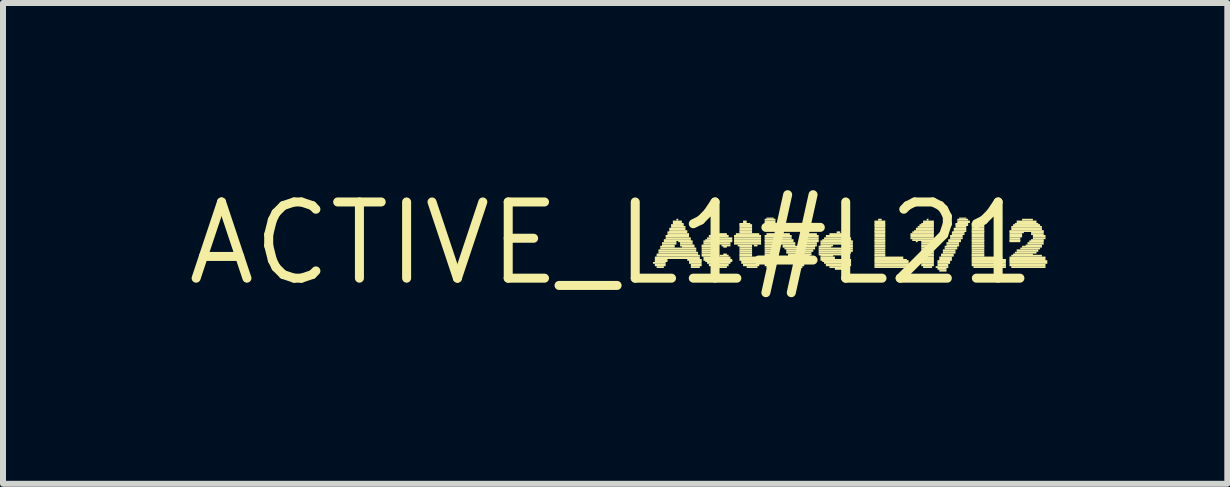
<source format=kicad_pcb>
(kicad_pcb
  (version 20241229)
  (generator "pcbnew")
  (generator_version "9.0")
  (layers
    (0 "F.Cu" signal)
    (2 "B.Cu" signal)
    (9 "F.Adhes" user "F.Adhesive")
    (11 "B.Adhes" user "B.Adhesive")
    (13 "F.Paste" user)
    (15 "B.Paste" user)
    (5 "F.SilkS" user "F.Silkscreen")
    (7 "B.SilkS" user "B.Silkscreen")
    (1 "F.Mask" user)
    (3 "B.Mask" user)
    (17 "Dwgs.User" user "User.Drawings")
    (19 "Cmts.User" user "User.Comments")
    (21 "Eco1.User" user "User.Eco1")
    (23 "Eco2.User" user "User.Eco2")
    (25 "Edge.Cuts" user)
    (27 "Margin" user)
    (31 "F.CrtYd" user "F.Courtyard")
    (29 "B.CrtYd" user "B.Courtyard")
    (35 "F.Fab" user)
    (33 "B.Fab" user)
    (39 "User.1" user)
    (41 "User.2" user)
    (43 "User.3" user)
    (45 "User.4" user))
  (footprint "ACTIVE_L1#L21"
    (layer "F.Cu")
    (at 7.143 1.006)
    (property "Reference" "ACTIVE_L1#L21" (at 0 0 0) (layer "F.SilkS") (effects (font (size 1.27 1.27) (thickness 0.15))))
    (attr through_hole)
    (fp_poly (pts (xy 0.69 0.34) (xy 0.9 0.34) (xy 0.9 0.31) (xy 0.69 0.31)) (stroke (width 0) (type solid)) (fill yes) (layer "F.SilkS"))
    (fp_poly (pts (xy 0.72 0.26) (xy 1.47 0.26) (xy 1.47 0.22) (xy 0.72 0.22)) (stroke (width 0) (type solid)) (fill yes) (layer "F.SilkS"))
    (fp_poly (pts (xy 0.72 0.29) (xy 0.93 0.29) (xy 0.93 0.26) (xy 0.72 0.26)) (stroke (width 0) (type solid)) (fill yes) (layer "F.SilkS"))
    (fp_poly (pts (xy 0.72 0.31) (xy 0.93 0.31) (xy 0.93 0.28) (xy 0.72 0.28)) (stroke (width 0) (type solid)) (fill yes) (layer "F.SilkS"))
    (fp_poly (pts (xy 0.72 0.38) (xy 0.9 0.38) (xy 0.9 0.34) (xy 0.72 0.34)) (stroke (width 0) (type solid)) (fill yes) (layer "F.SilkS"))
    (fp_poly (pts (xy 0.75 0.2) (xy 1.44 0.2) (xy 1.44 0.17) (xy 0.75 0.17)) (stroke (width 0) (type solid)) (fill yes) (layer "F.SilkS"))
    (fp_poly (pts (xy 0.75 0.22) (xy 1.47 0.22) (xy 1.47 0.19) (xy 0.75 0.19)) (stroke (width 0) (type solid)) (fill yes) (layer "F.SilkS"))
    (fp_poly (pts (xy 0.75 0.41) (xy 0.87 0.41) (xy 0.87 0.38) (xy 0.75 0.38)) (stroke (width 0) (type solid)) (fill yes) (layer "F.SilkS"))
    (fp_poly (pts (xy 0.78 0.14) (xy 1.41 0.14) (xy 1.41 0.1) (xy 0.78 0.1)) (stroke (width 0) (type solid)) (fill yes) (layer "F.SilkS"))
    (fp_poly (pts (xy 0.78 0.17) (xy 1.44 0.17) (xy 1.44 0.14) (xy 0.78 0.14)) (stroke (width 0) (type solid)) (fill yes) (layer "F.SilkS"))
    (fp_poly (pts (xy 0.81 0.07) (xy 1.05 0.07) (xy 1.05 0.04) (xy 0.81 0.04)) (stroke (width 0) (type solid)) (fill yes) (layer "F.SilkS"))
    (fp_poly (pts (xy 0.81 0.1) (xy 1.41 0.1) (xy 1.41 0.07) (xy 0.81 0.07)) (stroke (width 0) (type solid)) (fill yes) (layer "F.SilkS"))
    (fp_poly (pts (xy 0.84 0.02) (xy 1.08 0.02) (xy 1.08 -0.02) (xy 0.84 -0.02)) (stroke (width 0) (type solid)) (fill yes) (layer "F.SilkS"))
    (fp_poly (pts (xy 0.84 0.05) (xy 1.05 0.05) (xy 1.05 0.02) (xy 0.84 0.02)) (stroke (width 0) (type solid)) (fill yes) (layer "F.SilkS"))
    (fp_poly (pts (xy 0.87 -0.04) (xy 1.32 -0.04) (xy 1.32 -0.07) (xy 0.87 -0.07)) (stroke (width 0) (type solid)) (fill yes) (layer "F.SilkS"))
    (fp_poly (pts (xy 0.87 -0.02) (xy 1.08 -0.02) (xy 1.08 -0.05) (xy 0.87 -0.05)) (stroke (width 0) (type solid)) (fill yes) (layer "F.SilkS"))
    (fp_poly (pts (xy 0.9 -0.1) (xy 1.29 -0.1) (xy 1.29 -0.14) (xy 0.9 -0.14)) (stroke (width 0) (type solid)) (fill yes) (layer "F.SilkS"))
    (fp_poly (pts (xy 0.9 -0.07) (xy 1.32 -0.07) (xy 1.32 -0.1) (xy 0.9 -0.1)) (stroke (width 0) (type solid)) (fill yes) (layer "F.SilkS"))
    (fp_poly (pts (xy 0.93 -0.17) (xy 1.26 -0.17) (xy 1.26 -0.2) (xy 0.93 -0.2)) (stroke (width 0) (type solid)) (fill yes) (layer "F.SilkS"))
    (fp_poly (pts (xy 0.93 -0.14) (xy 1.29 -0.14) (xy 1.29 -0.17) (xy 0.93 -0.17)) (stroke (width 0) (type solid)) (fill yes) (layer "F.SilkS"))
    (fp_poly (pts (xy 0.96 -0.22) (xy 1.23 -0.22) (xy 1.23 -0.26) (xy 0.96 -0.26)) (stroke (width 0) (type solid)) (fill yes) (layer "F.SilkS"))
    (fp_poly (pts (xy 0.96 -0.19) (xy 1.26 -0.19) (xy 1.26 -0.22) (xy 0.96 -0.22)) (stroke (width 0) (type solid)) (fill yes) (layer "F.SilkS"))
    (fp_poly (pts (xy 0.99 -0.29) (xy 1.2 -0.29) (xy 1.2 -0.32) (xy 0.99 -0.32)) (stroke (width 0) (type solid)) (fill yes) (layer "F.SilkS"))
    (fp_poly (pts (xy 0.99 -0.26) (xy 1.23 -0.26) (xy 1.23 -0.29) (xy 0.99 -0.29)) (stroke (width 0) (type solid)) (fill yes) (layer "F.SilkS"))
    (fp_poly (pts (xy 1.02 -0.34) (xy 1.17 -0.34) (xy 1.17 -0.38) (xy 1.02 -0.38)) (stroke (width 0) (type solid)) (fill yes) (layer "F.SilkS"))
    (fp_poly (pts (xy 1.02 -0.31) (xy 1.2 -0.31) (xy 1.2 -0.34) (xy 1.02 -0.34)) (stroke (width 0) (type solid)) (fill yes) (layer "F.SilkS"))
    (fp_poly (pts (xy 1.08 -0.38) (xy 1.11 -0.38) (xy 1.11 -0.41) (xy 1.08 -0.41)) (stroke (width 0) (type solid)) (fill yes) (layer "F.SilkS"))
    (fp_poly (pts (xy 1.11 -0.02) (xy 1.35 -0.02) (xy 1.35 -0.05) (xy 1.11 -0.05)) (stroke (width 0) (type solid)) (fill yes) (layer "F.SilkS"))
    (fp_poly (pts (xy 1.14 0.02) (xy 1.35 0.02) (xy 1.35 -0.02) (xy 1.14 -0.02)) (stroke (width 0) (type solid)) (fill yes) (layer "F.SilkS"))
    (fp_poly (pts (xy 1.14 0.05) (xy 1.38 0.05) (xy 1.38 0.02) (xy 1.14 0.02)) (stroke (width 0) (type solid)) (fill yes) (layer "F.SilkS"))
    (fp_poly (pts (xy 1.17 0.07) (xy 1.38 0.07) (xy 1.38 0.04) (xy 1.17 0.04)) (stroke (width 0) (type solid)) (fill yes) (layer "F.SilkS"))
    (fp_poly (pts (xy 1.26 0.29) (xy 1.5 0.29) (xy 1.5 0.26) (xy 1.26 0.26)) (stroke (width 0) (type solid)) (fill yes) (layer "F.SilkS"))
    (fp_poly (pts (xy 1.29 0.31) (xy 1.5 0.31) (xy 1.5 0.28) (xy 1.29 0.28)) (stroke (width 0) (type solid)) (fill yes) (layer "F.SilkS"))
    (fp_poly (pts (xy 1.29 0.34) (xy 1.5 0.34) (xy 1.5 0.31) (xy 1.29 0.31)) (stroke (width 0) (type solid)) (fill yes) (layer "F.SilkS"))
    (fp_poly (pts (xy 1.32 0.38) (xy 1.5 0.38) (xy 1.5 0.34) (xy 1.32 0.34)) (stroke (width 0) (type solid)) (fill yes) (layer "F.SilkS"))
    (fp_poly (pts (xy 1.32 0.41) (xy 1.47 0.41) (xy 1.47 0.38) (xy 1.32 0.38)) (stroke (width 0) (type solid)) (fill yes) (layer "F.SilkS"))
    (fp_poly (pts (xy 1.5 0.05) (xy 1.77 0.05) (xy 1.77 0.02) (xy 1.5 0.02)) (stroke (width 0) (type solid)) (fill yes) (layer "F.SilkS"))
    (fp_poly (pts (xy 1.5 0.07) (xy 1.71 0.07) (xy 1.71 0.04) (xy 1.5 0.04)) (stroke (width 0) (type solid)) (fill yes) (layer "F.SilkS"))
    (fp_poly (pts (xy 1.5 0.1) (xy 1.71 0.1) (xy 1.71 0.07) (xy 1.5 0.07)) (stroke (width 0) (type solid)) (fill yes) (layer "F.SilkS"))
    (fp_poly (pts (xy 1.5 0.14) (xy 1.71 0.14) (xy 1.71 0.1) (xy 1.5 0.1)) (stroke (width 0) (type solid)) (fill yes) (layer "F.SilkS"))
    (fp_poly (pts (xy 1.5 0.17) (xy 1.71 0.17) (xy 1.71 0.14) (xy 1.5 0.14)) (stroke (width 0) (type solid)) (fill yes) (layer "F.SilkS"))
    (fp_poly (pts (xy 1.5 0.2) (xy 1.71 0.2) (xy 1.71 0.17) (xy 1.5 0.17)) (stroke (width 0) (type solid)) (fill yes) (layer "F.SilkS"))
    (fp_poly (pts (xy 1.5 0.22) (xy 1.77 0.22) (xy 1.77 0.19) (xy 1.5 0.19)) (stroke (width 0) (type solid)) (fill yes) (layer "F.SilkS"))
    (fp_poly (pts (xy 1.53 -0.02) (xy 2.01 -0.02) (xy 2.01 -0.05) (xy 1.53 -0.05)) (stroke (width 0) (type solid)) (fill yes) (layer "F.SilkS"))
    (fp_poly (pts (xy 1.53 0.02) (xy 1.98 0.02) (xy 1.98 -0.02) (xy 1.53 -0.02)) (stroke (width 0) (type solid)) (fill yes) (layer "F.SilkS"))
    (fp_poly (pts (xy 1.53 0.26) (xy 1.98 0.26) (xy 1.98 0.22) (xy 1.53 0.22)) (stroke (width 0) (type solid)) (fill yes) (layer "F.SilkS"))
    (fp_poly (pts (xy 1.53 0.29) (xy 2.01 0.29) (xy 2.01 0.26) (xy 1.53 0.26)) (stroke (width 0) (type solid)) (fill yes) (layer "F.SilkS"))
    (fp_poly (pts (xy 1.56 -0.04) (xy 2.01 -0.04) (xy 2.01 -0.07) (xy 1.56 -0.07)) (stroke (width 0) (type solid)) (fill yes) (layer "F.SilkS"))
    (fp_poly (pts (xy 1.56 0.31) (xy 2.01 0.31) (xy 2.01 0.28) (xy 1.56 0.28)) (stroke (width 0) (type solid)) (fill yes) (layer "F.SilkS"))
    (fp_poly (pts (xy 1.59 -0.07) (xy 2.01 -0.07) (xy 2.01 -0.1) (xy 1.59 -0.1)) (stroke (width 0) (type solid)) (fill yes) (layer "F.SilkS"))
    (fp_poly (pts (xy 1.59 0.34) (xy 1.98 0.34) (xy 1.98 0.31) (xy 1.59 0.31)) (stroke (width 0) (type solid)) (fill yes) (layer "F.SilkS"))
    (fp_poly (pts (xy 1.62 -0.1) (xy 1.95 -0.1) (xy 1.95 -0.14) (xy 1.62 -0.14)) (stroke (width 0) (type solid)) (fill yes) (layer "F.SilkS"))
    (fp_poly (pts (xy 1.62 0.38) (xy 1.95 0.38) (xy 1.95 0.34) (xy 1.62 0.34)) (stroke (width 0) (type solid)) (fill yes) (layer "F.SilkS"))
    (fp_poly (pts (xy 1.68 -0.14) (xy 1.92 -0.14) (xy 1.92 -0.17) (xy 1.68 -0.17)) (stroke (width 0) (type solid)) (fill yes) (layer "F.SilkS"))
    (fp_poly (pts (xy 1.68 0.41) (xy 1.92 0.41) (xy 1.92 0.38) (xy 1.68 0.38)) (stroke (width 0) (type solid)) (fill yes) (layer "F.SilkS"))
    (fp_poly (pts (xy 1.8 0.22) (xy 1.95 0.22) (xy 1.95 0.19) (xy 1.8 0.19)) (stroke (width 0) (type solid)) (fill yes) (layer "F.SilkS"))
    (fp_poly (pts (xy 1.83 0.05) (xy 1.98 0.05) (xy 1.98 0.02) (xy 1.83 0.02)) (stroke (width 0) (type solid)) (fill yes) (layer "F.SilkS"))
    (fp_poly (pts (xy 1.86 0.07) (xy 1.92 0.07) (xy 1.92 0.04) (xy 1.86 0.04)) (stroke (width 0) (type solid)) (fill yes) (layer "F.SilkS"))
    (fp_poly (pts (xy 1.86 0.2) (xy 1.92 0.2) (xy 1.92 0.17) (xy 1.86 0.17)) (stroke (width 0) (type solid)) (fill yes) (layer "F.SilkS"))
    (fp_poly (pts (xy 2.04 -0.1) (xy 2.49 -0.1) (xy 2.49 -0.14) (xy 2.04 -0.14)) (stroke (width 0) (type solid)) (fill yes) (layer "F.SilkS"))
    (fp_poly (pts (xy 2.04 -0.07) (xy 2.49 -0.07) (xy 2.49 -0.1) (xy 2.04 -0.1)) (stroke (width 0) (type solid)) (fill yes) (layer "F.SilkS"))
    (fp_poly (pts (xy 2.04 -0.04) (xy 2.49 -0.04) (xy 2.49 -0.07) (xy 2.04 -0.07)) (stroke (width 0) (type solid)) (fill yes) (layer "F.SilkS"))
    (fp_poly (pts (xy 2.04 -0.02) (xy 2.49 -0.02) (xy 2.49 -0.05) (xy 2.04 -0.05)) (stroke (width 0) (type solid)) (fill yes) (layer "F.SilkS"))
    (fp_poly (pts (xy 2.04 0.02) (xy 2.49 0.02) (xy 2.49 -0.02) (xy 2.04 -0.02)) (stroke (width 0) (type solid)) (fill yes) (layer "F.SilkS"))
    (fp_poly (pts (xy 2.07 -0.14) (xy 2.46 -0.14) (xy 2.46 -0.17) (xy 2.07 -0.17)) (stroke (width 0) (type solid)) (fill yes) (layer "F.SilkS"))
    (fp_poly (pts (xy 2.1 0.05) (xy 2.34 0.05) (xy 2.34 0.02) (xy 2.1 0.02)) (stroke (width 0) (type solid)) (fill yes) (layer "F.SilkS"))
    (fp_poly (pts (xy 2.13 -0.31) (xy 2.31 -0.31) (xy 2.31 -0.34) (xy 2.13 -0.34)) (stroke (width 0) (type solid)) (fill yes) (layer "F.SilkS"))
    (fp_poly (pts (xy 2.13 -0.29) (xy 2.34 -0.29) (xy 2.34 -0.32) (xy 2.13 -0.32)) (stroke (width 0) (type solid)) (fill yes) (layer "F.SilkS"))
    (fp_poly (pts (xy 2.13 -0.26) (xy 2.34 -0.26) (xy 2.34 -0.29) (xy 2.13 -0.29)) (stroke (width 0) (type solid)) (fill yes) (layer "F.SilkS"))
    (fp_poly (pts (xy 2.13 -0.22) (xy 2.34 -0.22) (xy 2.34 -0.26) (xy 2.13 -0.26)) (stroke (width 0) (type solid)) (fill yes) (layer "F.SilkS"))
    (fp_poly (pts (xy 2.13 -0.19) (xy 2.34 -0.19) (xy 2.34 -0.22) (xy 2.13 -0.22)) (stroke (width 0) (type solid)) (fill yes) (layer "F.SilkS"))
    (fp_poly (pts (xy 2.13 -0.17) (xy 2.34 -0.17) (xy 2.34 -0.2) (xy 2.13 -0.2)) (stroke (width 0) (type solid)) (fill yes) (layer "F.SilkS"))
    (fp_poly (pts (xy 2.13 0.07) (xy 2.34 0.07) (xy 2.34 0.04) (xy 2.13 0.04)) (stroke (width 0) (type solid)) (fill yes) (layer "F.SilkS"))
    (fp_poly (pts (xy 2.13 0.1) (xy 2.34 0.1) (xy 2.34 0.07) (xy 2.13 0.07)) (stroke (width 0) (type solid)) (fill yes) (layer "F.SilkS"))
    (fp_poly (pts (xy 2.13 0.14) (xy 2.34 0.14) (xy 2.34 0.1) (xy 2.13 0.1)) (stroke (width 0) (type solid)) (fill yes) (layer "F.SilkS"))
    (fp_poly (pts (xy 2.13 0.17) (xy 2.34 0.17) (xy 2.34 0.14) (xy 2.13 0.14)) (stroke (width 0) (type solid)) (fill yes) (layer "F.SilkS"))
    (fp_poly (pts (xy 2.13 0.2) (xy 2.34 0.2) (xy 2.34 0.17) (xy 2.13 0.17)) (stroke (width 0) (type solid)) (fill yes) (layer "F.SilkS"))
    (fp_poly (pts (xy 2.13 0.22) (xy 2.34 0.22) (xy 2.34 0.19) (xy 2.13 0.19)) (stroke (width 0) (type solid)) (fill yes) (layer "F.SilkS"))
    (fp_poly (pts (xy 2.13 0.26) (xy 2.43 0.26) (xy 2.43 0.22) (xy 2.13 0.22)) (stroke (width 0) (type solid)) (fill yes) (layer "F.SilkS"))
    (fp_poly (pts (xy 2.13 0.29) (xy 2.46 0.29) (xy 2.46 0.26) (xy 2.13 0.26)) (stroke (width 0) (type solid)) (fill yes) (layer "F.SilkS"))
    (fp_poly (pts (xy 2.16 0.31) (xy 2.46 0.31) (xy 2.46 0.28) (xy 2.16 0.28)) (stroke (width 0) (type solid)) (fill yes) (layer "F.SilkS"))
    (fp_poly (pts (xy 2.16 0.34) (xy 2.46 0.34) (xy 2.46 0.31) (xy 2.16 0.31)) (stroke (width 0) (type solid)) (fill yes) (layer "F.SilkS"))
    (fp_poly (pts (xy 2.19 -0.34) (xy 2.25 -0.34) (xy 2.25 -0.38) (xy 2.19 -0.38)) (stroke (width 0) (type solid)) (fill yes) (layer "F.SilkS"))
    (fp_poly (pts (xy 2.19 0.38) (xy 2.46 0.38) (xy 2.46 0.34) (xy 2.19 0.34)) (stroke (width 0) (type solid)) (fill yes) (layer "F.SilkS"))
    (fp_poly (pts (xy 2.25 0.41) (xy 2.43 0.41) (xy 2.43 0.38) (xy 2.25 0.38)) (stroke (width 0) (type solid)) (fill yes) (layer "F.SilkS"))
    (fp_poly (pts (xy 2.37 0.05) (xy 2.43 0.05) (xy 2.43 0.02) (xy 2.37 0.02)) (stroke (width 0) (type solid)) (fill yes) (layer "F.SilkS"))
    (fp_poly (pts (xy 2.55 -0.38) (xy 2.73 -0.38) (xy 2.73 -0.41) (xy 2.55 -0.41)) (stroke (width 0) (type solid)) (fill yes) (layer "F.SilkS"))
    (fp_poly (pts (xy 2.55 -0.34) (xy 2.73 -0.34) (xy 2.73 -0.38) (xy 2.55 -0.38)) (stroke (width 0) (type solid)) (fill yes) (layer "F.SilkS"))
    (fp_poly (pts (xy 2.55 -0.31) (xy 2.73 -0.31) (xy 2.73 -0.34) (xy 2.55 -0.34)) (stroke (width 0) (type solid)) (fill yes) (layer "F.SilkS"))
    (fp_poly (pts (xy 2.55 -0.29) (xy 2.73 -0.29) (xy 2.73 -0.32) (xy 2.55 -0.32)) (stroke (width 0) (type solid)) (fill yes) (layer "F.SilkS"))
    (fp_poly (pts (xy 2.55 -0.26) (xy 2.73 -0.26) (xy 2.73 -0.29) (xy 2.55 -0.29)) (stroke (width 0) (type solid)) (fill yes) (layer "F.SilkS"))
    (fp_poly (pts (xy 2.55 -0.1) (xy 2.73 -0.1) (xy 2.73 -0.14) (xy 2.55 -0.14)) (stroke (width 0) (type solid)) (fill yes) (layer "F.SilkS"))
    (fp_poly (pts (xy 2.55 -0.07) (xy 2.73 -0.07) (xy 2.73 -0.1) (xy 2.55 -0.1)) (stroke (width 0) (type solid)) (fill yes) (layer "F.SilkS"))
    (fp_poly (pts (xy 2.55 -0.04) (xy 2.73 -0.04) (xy 2.73 -0.07) (xy 2.55 -0.07)) (stroke (width 0) (type solid)) (fill yes) (layer "F.SilkS"))
    (fp_poly (pts (xy 2.55 -0.02) (xy 2.73 -0.02) (xy 2.73 -0.05) (xy 2.55 -0.05)) (stroke (width 0) (type solid)) (fill yes) (layer "F.SilkS"))
    (fp_poly (pts (xy 2.55 0.02) (xy 2.73 0.02) (xy 2.73 -0.02) (xy 2.55 -0.02)) (stroke (width 0) (type solid)) (fill yes) (layer "F.SilkS"))
    (fp_poly (pts (xy 2.55 0.05) (xy 2.73 0.05) (xy 2.73 0.02) (xy 2.55 0.02)) (stroke (width 0) (type solid)) (fill yes) (layer "F.SilkS"))
    (fp_poly (pts (xy 2.55 0.07) (xy 2.73 0.07) (xy 2.73 0.04) (xy 2.55 0.04)) (stroke (width 0) (type solid)) (fill yes) (layer "F.SilkS"))
    (fp_poly (pts (xy 2.55 0.1) (xy 2.73 0.1) (xy 2.73 0.07) (xy 2.55 0.07)) (stroke (width 0) (type solid)) (fill yes) (layer "F.SilkS"))
    (fp_poly (pts (xy 2.55 0.14) (xy 2.73 0.14) (xy 2.73 0.1) (xy 2.55 0.1)) (stroke (width 0) (type solid)) (fill yes) (layer "F.SilkS"))
    (fp_poly (pts (xy 2.55 0.17) (xy 2.73 0.17) (xy 2.73 0.14) (xy 2.55 0.14)) (stroke (width 0) (type solid)) (fill yes) (layer "F.SilkS"))
    (fp_poly (pts (xy 2.55 0.2) (xy 2.73 0.2) (xy 2.73 0.17) (xy 2.55 0.17)) (stroke (width 0) (type solid)) (fill yes) (layer "F.SilkS"))
    (fp_poly (pts (xy 2.55 0.22) (xy 2.73 0.22) (xy 2.73 0.19) (xy 2.55 0.19)) (stroke (width 0) (type solid)) (fill yes) (layer "F.SilkS"))
    (fp_poly (pts (xy 2.55 0.26) (xy 2.73 0.26) (xy 2.73 0.22) (xy 2.55 0.22)) (stroke (width 0) (type solid)) (fill yes) (layer "F.SilkS"))
    (fp_poly (pts (xy 2.55 0.29) (xy 2.73 0.29) (xy 2.73 0.26) (xy 2.55 0.26)) (stroke (width 0) (type solid)) (fill yes) (layer "F.SilkS"))
    (fp_poly (pts (xy 2.55 0.31) (xy 2.73 0.31) (xy 2.73 0.28) (xy 2.55 0.28)) (stroke (width 0) (type solid)) (fill yes) (layer "F.SilkS"))
    (fp_poly (pts (xy 2.55 0.34) (xy 2.73 0.34) (xy 2.73 0.31) (xy 2.55 0.31)) (stroke (width 0) (type solid)) (fill yes) (layer "F.SilkS"))
    (fp_poly (pts (xy 2.55 0.38) (xy 2.73 0.38) (xy 2.73 0.34) (xy 2.55 0.34)) (stroke (width 0) (type solid)) (fill yes) (layer "F.SilkS"))
    (fp_poly (pts (xy 2.58 -0.41) (xy 2.7 -0.41) (xy 2.7 -0.43) (xy 2.58 -0.43)) (stroke (width 0) (type solid)) (fill yes) (layer "F.SilkS"))
    (fp_poly (pts (xy 2.58 -0.14) (xy 2.73 -0.14) (xy 2.73 -0.17) (xy 2.58 -0.17)) (stroke (width 0) (type solid)) (fill yes) (layer "F.SilkS"))
    (fp_poly (pts (xy 2.58 0.41) (xy 2.73 0.41) (xy 2.73 0.38) (xy 2.58 0.38)) (stroke (width 0) (type solid)) (fill yes) (layer "F.SilkS"))
    (fp_poly (pts (xy 2.61 -0.22) (xy 2.67 -0.22) (xy 2.67 -0.26) (xy 2.61 -0.26)) (stroke (width 0) (type solid)) (fill yes) (layer "F.SilkS"))
    (fp_poly (pts (xy 2.79 -0.07) (xy 3 -0.07) (xy 3 -0.1) (xy 2.79 -0.1)) (stroke (width 0) (type solid)) (fill yes) (layer "F.SilkS"))
    (fp_poly (pts (xy 2.79 -0.04) (xy 3.03 -0.04) (xy 3.03 -0.07) (xy 2.79 -0.07)) (stroke (width 0) (type solid)) (fill yes) (layer "F.SilkS"))
    (fp_poly (pts (xy 2.82 -0.1) (xy 3 -0.1) (xy 3 -0.14) (xy 2.82 -0.14)) (stroke (width 0) (type solid)) (fill yes) (layer "F.SilkS"))
    (fp_poly (pts (xy 2.82 -0.02) (xy 3.03 -0.02) (xy 3.03 -0.05) (xy 2.82 -0.05)) (stroke (width 0) (type solid)) (fill yes) (layer "F.SilkS"))
    (fp_poly (pts (xy 2.82 0.02) (xy 3.06 0.02) (xy 3.06 -0.02) (xy 2.82 -0.02)) (stroke (width 0) (type solid)) (fill yes) (layer "F.SilkS"))
    (fp_poly (pts (xy 2.85 -0.14) (xy 2.97 -0.14) (xy 2.97 -0.17) (xy 2.85 -0.17)) (stroke (width 0) (type solid)) (fill yes) (layer "F.SilkS"))
    (fp_poly (pts (xy 2.85 0.05) (xy 3.06 0.05) (xy 3.06 0.02) (xy 2.85 0.02)) (stroke (width 0) (type solid)) (fill yes) (layer "F.SilkS"))
    (fp_poly (pts (xy 2.85 0.07) (xy 3.09 0.07) (xy 3.09 0.04) (xy 2.85 0.04)) (stroke (width 0) (type solid)) (fill yes) (layer "F.SilkS"))
    (fp_poly (pts (xy 2.88 0.1) (xy 3.09 0.1) (xy 3.09 0.07) (xy 2.88 0.07)) (stroke (width 0) (type solid)) (fill yes) (layer "F.SilkS"))
    (fp_poly (pts (xy 2.91 0.14) (xy 3.12 0.14) (xy 3.12 0.1) (xy 2.91 0.1)) (stroke (width 0) (type solid)) (fill yes) (layer "F.SilkS"))
    (fp_poly (pts (xy 2.91 0.17) (xy 3.33 0.17) (xy 3.33 0.14) (xy 2.91 0.14)) (stroke (width 0) (type solid)) (fill yes) (layer "F.SilkS"))
    (fp_poly (pts (xy 2.94 0.2) (xy 3.33 0.2) (xy 3.33 0.17) (xy 2.94 0.17)) (stroke (width 0) (type solid)) (fill yes) (layer "F.SilkS"))
    (fp_poly (pts (xy 2.94 0.22) (xy 3.3 0.22) (xy 3.3 0.19) (xy 2.94 0.19)) (stroke (width 0) (type solid)) (fill yes) (layer "F.SilkS"))
    (fp_poly (pts (xy 2.97 0.26) (xy 3.3 0.26) (xy 3.3 0.22) (xy 2.97 0.22)) (stroke (width 0) (type solid)) (fill yes) (layer "F.SilkS"))
    (fp_poly (pts (xy 3 0.29) (xy 3.27 0.29) (xy 3.27 0.26) (xy 3 0.26)) (stroke (width 0) (type solid)) (fill yes) (layer "F.SilkS"))
    (fp_poly (pts (xy 3 0.31) (xy 3.27 0.31) (xy 3.27 0.28) (xy 3 0.28)) (stroke (width 0) (type solid)) (fill yes) (layer "F.SilkS"))
    (fp_poly (pts (xy 3.03 0.34) (xy 3.24 0.34) (xy 3.24 0.31) (xy 3.03 0.31)) (stroke (width 0) (type solid)) (fill yes) (layer "F.SilkS"))
    (fp_poly (pts (xy 3.03 0.38) (xy 3.21 0.38) (xy 3.21 0.34) (xy 3.03 0.34)) (stroke (width 0) (type solid)) (fill yes) (layer "F.SilkS"))
    (fp_poly (pts (xy 3.06 0.41) (xy 3.18 0.41) (xy 3.18 0.38) (xy 3.06 0.38)) (stroke (width 0) (type solid)) (fill yes) (layer "F.SilkS"))
    (fp_poly (pts (xy 3.15 0.1) (xy 3.39 0.1) (xy 3.39 0.07) (xy 3.15 0.07)) (stroke (width 0) (type solid)) (fill yes) (layer "F.SilkS"))
    (fp_poly (pts (xy 3.15 0.14) (xy 3.36 0.14) (xy 3.36 0.1) (xy 3.15 0.1)) (stroke (width 0) (type solid)) (fill yes) (layer "F.SilkS"))
    (fp_poly (pts (xy 3.18 0.05) (xy 3.42 0.05) (xy 3.42 0.02) (xy 3.18 0.02)) (stroke (width 0) (type solid)) (fill yes) (layer "F.SilkS"))
    (fp_poly (pts (xy 3.18 0.07) (xy 3.39 0.07) (xy 3.39 0.04) (xy 3.18 0.04)) (stroke (width 0) (type solid)) (fill yes) (layer "F.SilkS"))
    (fp_poly (pts (xy 3.21 -0.02) (xy 3.45 -0.02) (xy 3.45 -0.05) (xy 3.21 -0.05)) (stroke (width 0) (type solid)) (fill yes) (layer "F.SilkS"))
    (fp_poly (pts (xy 3.21 0.02) (xy 3.42 0.02) (xy 3.42 -0.02) (xy 3.21 -0.02)) (stroke (width 0) (type solid)) (fill yes) (layer "F.SilkS"))
    (fp_poly (pts (xy 3.24 -0.07) (xy 3.45 -0.07) (xy 3.45 -0.1) (xy 3.24 -0.1)) (stroke (width 0) (type solid)) (fill yes) (layer "F.SilkS"))
    (fp_poly (pts (xy 3.24 -0.04) (xy 3.45 -0.04) (xy 3.45 -0.07) (xy 3.24 -0.07)) (stroke (width 0) (type solid)) (fill yes) (layer "F.SilkS"))
    (fp_poly (pts (xy 3.27 -0.14) (xy 3.42 -0.14) (xy 3.42 -0.17) (xy 3.27 -0.17)) (stroke (width 0) (type solid)) (fill yes) (layer "F.SilkS"))
    (fp_poly (pts (xy 3.27 -0.1) (xy 3.45 -0.1) (xy 3.45 -0.14) (xy 3.27 -0.14)) (stroke (width 0) (type solid)) (fill yes) (layer "F.SilkS"))
    (fp_poly (pts (xy 3.45 0.07) (xy 3.66 0.07) (xy 3.66 0.04) (xy 3.45 0.04)) (stroke (width 0) (type solid)) (fill yes) (layer "F.SilkS"))
    (fp_poly (pts (xy 3.45 0.1) (xy 4.02 0.1) (xy 4.02 0.07) (xy 3.45 0.07)) (stroke (width 0) (type solid)) (fill yes) (layer "F.SilkS"))
    (fp_poly (pts (xy 3.45 0.14) (xy 4.02 0.14) (xy 4.02 0.1) (xy 3.45 0.1)) (stroke (width 0) (type solid)) (fill yes) (layer "F.SilkS"))
    (fp_poly (pts (xy 3.45 0.17) (xy 3.99 0.17) (xy 3.99 0.14) (xy 3.45 0.14)) (stroke (width 0) (type solid)) (fill yes) (layer "F.SilkS"))
    (fp_poly (pts (xy 3.45 0.2) (xy 3.96 0.2) (xy 3.96 0.17) (xy 3.45 0.17)) (stroke (width 0) (type solid)) (fill yes) (layer "F.SilkS"))
    (fp_poly (pts (xy 3.48 -0.02) (xy 4.02 -0.02) (xy 4.02 -0.05) (xy 3.48 -0.05)) (stroke (width 0) (type solid)) (fill yes) (layer "F.SilkS"))
    (fp_poly (pts (xy 3.48 0.02) (xy 4.02 0.02) (xy 4.02 -0.02) (xy 3.48 -0.02)) (stroke (width 0) (type solid)) (fill yes) (layer "F.SilkS"))
    (fp_poly (pts (xy 3.48 0.05) (xy 3.69 0.05) (xy 3.69 0.02) (xy 3.48 0.02)) (stroke (width 0) (type solid)) (fill yes) (layer "F.SilkS"))
    (fp_poly (pts (xy 3.48 0.22) (xy 3.69 0.22) (xy 3.69 0.19) (xy 3.48 0.19)) (stroke (width 0) (type solid)) (fill yes) (layer "F.SilkS"))
    (fp_poly (pts (xy 3.48 0.26) (xy 3.72 0.26) (xy 3.72 0.22) (xy 3.48 0.22)) (stroke (width 0) (type solid)) (fill yes) (layer "F.SilkS"))
    (fp_poly (pts (xy 3.48 0.29) (xy 3.99 0.29) (xy 3.99 0.26) (xy 3.48 0.26)) (stroke (width 0) (type solid)) (fill yes) (layer "F.SilkS"))
    (fp_poly (pts (xy 3.51 -0.04) (xy 3.99 -0.04) (xy 3.99 -0.07) (xy 3.51 -0.07)) (stroke (width 0) (type solid)) (fill yes) (layer "F.SilkS"))
    (fp_poly (pts (xy 3.51 0.31) (xy 3.99 0.31) (xy 3.99 0.28) (xy 3.51 0.28)) (stroke (width 0) (type solid)) (fill yes) (layer "F.SilkS"))
    (fp_poly (pts (xy 3.54 -0.07) (xy 3.99 -0.07) (xy 3.99 -0.1) (xy 3.54 -0.1)) (stroke (width 0) (type solid)) (fill yes) (layer "F.SilkS"))
    (fp_poly (pts (xy 3.54 0.34) (xy 3.99 0.34) (xy 3.99 0.31) (xy 3.54 0.31)) (stroke (width 0) (type solid)) (fill yes) (layer "F.SilkS"))
    (fp_poly (pts (xy 3.57 -0.1) (xy 3.96 -0.1) (xy 3.96 -0.14) (xy 3.57 -0.14)) (stroke (width 0) (type solid)) (fill yes) (layer "F.SilkS"))
    (fp_poly (pts (xy 3.57 0.38) (xy 3.99 0.38) (xy 3.99 0.34) (xy 3.57 0.34)) (stroke (width 0) (type solid)) (fill yes) (layer "F.SilkS"))
    (fp_poly (pts (xy 3.63 -0.14) (xy 3.9 -0.14) (xy 3.9 -0.17) (xy 3.63 -0.17)) (stroke (width 0) (type solid)) (fill yes) (layer "F.SilkS"))
    (fp_poly (pts (xy 3.63 0.41) (xy 3.96 0.41) (xy 3.96 0.38) (xy 3.63 0.38)) (stroke (width 0) (type solid)) (fill yes) (layer "F.SilkS"))
    (fp_poly (pts (xy 3.72 0.44) (xy 3.84 0.44) (xy 3.84 0.41) (xy 3.72 0.41)) (stroke (width 0) (type solid)) (fill yes) (layer "F.SilkS"))
    (fp_poly (pts (xy 3.75 -0.17) (xy 3.81 -0.17) (xy 3.81 -0.2) (xy 3.75 -0.2)) (stroke (width 0) (type solid)) (fill yes) (layer "F.SilkS"))
    (fp_poly (pts (xy 3.84 0.05) (xy 4.02 0.05) (xy 4.02 0.02) (xy 3.84 0.02)) (stroke (width 0) (type solid)) (fill yes) (layer "F.SilkS"))
    (fp_poly (pts (xy 3.84 0.07) (xy 4.02 0.07) (xy 4.02 0.04) (xy 3.84 0.04)) (stroke (width 0) (type solid)) (fill yes) (layer "F.SilkS"))
    (fp_poly (pts (xy 3.87 0.26) (xy 3.96 0.26) (xy 3.96 0.22) (xy 3.87 0.22)) (stroke (width 0) (type solid)) (fill yes) (layer "F.SilkS"))
    (fp_poly (pts (xy 4.38 -0.34) (xy 4.56 -0.34) (xy 4.56 -0.38) (xy 4.38 -0.38)) (stroke (width 0) (type solid)) (fill yes) (layer "F.SilkS"))
    (fp_poly (pts (xy 4.38 -0.31) (xy 4.56 -0.31) (xy 4.56 -0.34) (xy 4.38 -0.34)) (stroke (width 0) (type solid)) (fill yes) (layer "F.SilkS"))
    (fp_poly (pts (xy 4.38 -0.29) (xy 4.56 -0.29) (xy 4.56 -0.32) (xy 4.38 -0.32)) (stroke (width 0) (type solid)) (fill yes) (layer "F.SilkS"))
    (fp_poly (pts (xy 4.38 -0.26) (xy 4.56 -0.26) (xy 4.56 -0.29) (xy 4.38 -0.29)) (stroke (width 0) (type solid)) (fill yes) (layer "F.SilkS"))
    (fp_poly (pts (xy 4.38 -0.22) (xy 4.56 -0.22) (xy 4.56 -0.26) (xy 4.38 -0.26)) (stroke (width 0) (type solid)) (fill yes) (layer "F.SilkS"))
    (fp_poly (pts (xy 4.38 -0.19) (xy 4.56 -0.19) (xy 4.56 -0.22) (xy 4.38 -0.22)) (stroke (width 0) (type solid)) (fill yes) (layer "F.SilkS"))
    (fp_poly (pts (xy 4.38 -0.17) (xy 4.56 -0.17) (xy 4.56 -0.2) (xy 4.38 -0.2)) (stroke (width 0) (type solid)) (fill yes) (layer "F.SilkS"))
    (fp_poly (pts (xy 4.38 -0.14) (xy 4.56 -0.14) (xy 4.56 -0.17) (xy 4.38 -0.17)) (stroke (width 0) (type solid)) (fill yes) (layer "F.SilkS"))
    (fp_poly (pts (xy 4.38 -0.1) (xy 4.56 -0.1) (xy 4.56 -0.14) (xy 4.38 -0.14)) (stroke (width 0) (type solid)) (fill yes) (layer "F.SilkS"))
    (fp_poly (pts (xy 4.38 -0.07) (xy 4.56 -0.07) (xy 4.56 -0.1) (xy 4.38 -0.1)) (stroke (width 0) (type solid)) (fill yes) (layer "F.SilkS"))
    (fp_poly (pts (xy 4.38 -0.04) (xy 4.56 -0.04) (xy 4.56 -0.07) (xy 4.38 -0.07)) (stroke (width 0) (type solid)) (fill yes) (layer "F.SilkS"))
    (fp_poly (pts (xy 4.38 -0.02) (xy 4.56 -0.02) (xy 4.56 -0.05) (xy 4.38 -0.05)) (stroke (width 0) (type solid)) (fill yes) (layer "F.SilkS"))
    (fp_poly (pts (xy 4.38 0.02) (xy 4.56 0.02) (xy 4.56 -0.02) (xy 4.38 -0.02)) (stroke (width 0) (type solid)) (fill yes) (layer "F.SilkS"))
    (fp_poly (pts (xy 4.38 0.05) (xy 4.56 0.05) (xy 4.56 0.02) (xy 4.38 0.02)) (stroke (width 0) (type solid)) (fill yes) (layer "F.SilkS"))
    (fp_poly (pts (xy 4.38 0.07) (xy 4.56 0.07) (xy 4.56 0.04) (xy 4.38 0.04)) (stroke (width 0) (type solid)) (fill yes) (layer "F.SilkS"))
    (fp_poly (pts (xy 4.38 0.1) (xy 4.56 0.1) (xy 4.56 0.07) (xy 4.38 0.07)) (stroke (width 0) (type solid)) (fill yes) (layer "F.SilkS"))
    (fp_poly (pts (xy 4.38 0.14) (xy 4.56 0.14) (xy 4.56 0.1) (xy 4.38 0.1)) (stroke (width 0) (type solid)) (fill yes) (layer "F.SilkS"))
    (fp_poly (pts (xy 4.38 0.17) (xy 4.56 0.17) (xy 4.56 0.14) (xy 4.38 0.14)) (stroke (width 0) (type solid)) (fill yes) (layer "F.SilkS"))
    (fp_poly (pts (xy 4.38 0.2) (xy 4.56 0.2) (xy 4.56 0.17) (xy 4.38 0.17)) (stroke (width 0) (type solid)) (fill yes) (layer "F.SilkS"))
    (fp_poly (pts (xy 4.38 0.22) (xy 4.56 0.22) (xy 4.56 0.19) (xy 4.38 0.19)) (stroke (width 0) (type solid)) (fill yes) (layer "F.SilkS"))
    (fp_poly (pts (xy 4.38 0.26) (xy 4.86 0.26) (xy 4.86 0.22) (xy 4.38 0.22)) (stroke (width 0) (type solid)) (fill yes) (layer "F.SilkS"))
    (fp_poly (pts (xy 4.38 0.29) (xy 4.92 0.29) (xy 4.92 0.26) (xy 4.38 0.26)) (stroke (width 0) (type solid)) (fill yes) (layer "F.SilkS"))
    (fp_poly (pts (xy 4.38 0.31) (xy 4.95 0.31) (xy 4.95 0.28) (xy 4.38 0.28)) (stroke (width 0) (type solid)) (fill yes) (layer "F.SilkS"))
    (fp_poly (pts (xy 4.38 0.34) (xy 4.95 0.34) (xy 4.95 0.31) (xy 4.38 0.31)) (stroke (width 0) (type solid)) (fill yes) (layer "F.SilkS"))
    (fp_poly (pts (xy 4.38 0.38) (xy 4.95 0.38) (xy 4.95 0.34) (xy 4.38 0.34)) (stroke (width 0) (type solid)) (fill yes) (layer "F.SilkS"))
    (fp_poly (pts (xy 4.38 0.41) (xy 4.92 0.41) (xy 4.92 0.38) (xy 4.38 0.38)) (stroke (width 0) (type solid)) (fill yes) (layer "F.SilkS"))
    (fp_poly (pts (xy 4.44 -0.38) (xy 4.5 -0.38) (xy 4.5 -0.41) (xy 4.44 -0.41)) (stroke (width 0) (type solid)) (fill yes) (layer "F.SilkS"))
    (fp_poly (pts (xy 4.98 -0.14) (xy 5.37 -0.14) (xy 5.37 -0.17) (xy 4.98 -0.17)) (stroke (width 0) (type solid)) (fill yes) (layer "F.SilkS"))
    (fp_poly (pts (xy 4.98 -0.1) (xy 5.37 -0.1) (xy 5.37 -0.14) (xy 4.98 -0.14)) (stroke (width 0) (type solid)) (fill yes) (layer "F.SilkS"))
    (fp_poly (pts (xy 4.98 -0.07) (xy 5.37 -0.07) (xy 5.37 -0.1) (xy 4.98 -0.1)) (stroke (width 0) (type solid)) (fill yes) (layer "F.SilkS"))
    (fp_poly (pts (xy 5.01 -0.17) (xy 5.37 -0.17) (xy 5.37 -0.2) (xy 5.01 -0.2)) (stroke (width 0) (type solid)) (fill yes) (layer "F.SilkS"))
    (fp_poly (pts (xy 5.01 -0.04) (xy 5.37 -0.04) (xy 5.37 -0.07) (xy 5.01 -0.07)) (stroke (width 0) (type solid)) (fill yes) (layer "F.SilkS"))
    (fp_poly (pts (xy 5.04 -0.19) (xy 5.37 -0.19) (xy 5.37 -0.22) (xy 5.04 -0.22)) (stroke (width 0) (type solid)) (fill yes) (layer "F.SilkS"))
    (fp_poly (pts (xy 5.07 -0.22) (xy 5.37 -0.22) (xy 5.37 -0.26) (xy 5.07 -0.26)) (stroke (width 0) (type solid)) (fill yes) (layer "F.SilkS"))
    (fp_poly (pts (xy 5.07 -0.02) (xy 5.1 -0.02) (xy 5.1 -0.05) (xy 5.07 -0.05)) (stroke (width 0) (type solid)) (fill yes) (layer "F.SilkS"))
    (fp_poly (pts (xy 5.1 -0.26) (xy 5.37 -0.26) (xy 5.37 -0.29) (xy 5.1 -0.29)) (stroke (width 0) (type solid)) (fill yes) (layer "F.SilkS"))
    (fp_poly (pts (xy 5.13 -0.29) (xy 5.37 -0.29) (xy 5.37 -0.32) (xy 5.13 -0.32)) (stroke (width 0) (type solid)) (fill yes) (layer "F.SilkS"))
    (fp_poly (pts (xy 5.16 -0.31) (xy 5.37 -0.31) (xy 5.37 -0.34) (xy 5.16 -0.34)) (stroke (width 0) (type solid)) (fill yes) (layer "F.SilkS"))
    (fp_poly (pts (xy 5.16 -0.02) (xy 5.37 -0.02) (xy 5.37 -0.05) (xy 5.16 -0.05)) (stroke (width 0) (type solid)) (fill yes) (layer "F.SilkS"))
    (fp_poly (pts (xy 5.16 0.02) (xy 5.37 0.02) (xy 5.37 -0.02) (xy 5.16 -0.02)) (stroke (width 0) (type solid)) (fill yes) (layer "F.SilkS"))
    (fp_poly (pts (xy 5.16 0.05) (xy 5.37 0.05) (xy 5.37 0.02) (xy 5.16 0.02)) (stroke (width 0) (type solid)) (fill yes) (layer "F.SilkS"))
    (fp_poly (pts (xy 5.16 0.07) (xy 5.37 0.07) (xy 5.37 0.04) (xy 5.16 0.04)) (stroke (width 0) (type solid)) (fill yes) (layer "F.SilkS"))
    (fp_poly (pts (xy 5.16 0.1) (xy 5.37 0.1) (xy 5.37 0.07) (xy 5.16 0.07)) (stroke (width 0) (type solid)) (fill yes) (layer "F.SilkS"))
    (fp_poly (pts (xy 5.16 0.14) (xy 5.37 0.14) (xy 5.37 0.1) (xy 5.16 0.1)) (stroke (width 0) (type solid)) (fill yes) (layer "F.SilkS"))
    (fp_poly (pts (xy 5.16 0.17) (xy 5.37 0.17) (xy 5.37 0.14) (xy 5.16 0.14)) (stroke (width 0) (type solid)) (fill yes) (layer "F.SilkS"))
    (fp_poly (pts (xy 5.16 0.2) (xy 5.37 0.2) (xy 5.37 0.17) (xy 5.16 0.17)) (stroke (width 0) (type solid)) (fill yes) (layer "F.SilkS"))
    (fp_poly (pts (xy 5.16 0.22) (xy 5.37 0.22) (xy 5.37 0.19) (xy 5.16 0.19)) (stroke (width 0) (type solid)) (fill yes) (layer "F.SilkS"))
    (fp_poly (pts (xy 5.16 0.26) (xy 5.37 0.26) (xy 5.37 0.22) (xy 5.16 0.22)) (stroke (width 0) (type solid)) (fill yes) (layer "F.SilkS"))
    (fp_poly (pts (xy 5.16 0.29) (xy 5.37 0.29) (xy 5.37 0.26) (xy 5.16 0.26)) (stroke (width 0) (type solid)) (fill yes) (layer "F.SilkS"))
    (fp_poly (pts (xy 5.16 0.31) (xy 5.37 0.31) (xy 5.37 0.28) (xy 5.16 0.28)) (stroke (width 0) (type solid)) (fill yes) (layer "F.SilkS"))
    (fp_poly (pts (xy 5.16 0.34) (xy 5.37 0.34) (xy 5.37 0.31) (xy 5.16 0.31)) (stroke (width 0) (type solid)) (fill yes) (layer "F.SilkS"))
    (fp_poly (pts (xy 5.16 0.38) (xy 5.37 0.38) (xy 5.37 0.34) (xy 5.16 0.34)) (stroke (width 0) (type solid)) (fill yes) (layer "F.SilkS"))
    (fp_poly (pts (xy 5.19 -0.34) (xy 5.37 -0.34) (xy 5.37 -0.38) (xy 5.19 -0.38)) (stroke (width 0) (type solid)) (fill yes) (layer "F.SilkS"))
    (fp_poly (pts (xy 5.19 0.41) (xy 5.34 0.41) (xy 5.34 0.38) (xy 5.19 0.38)) (stroke (width 0) (type solid)) (fill yes) (layer "F.SilkS"))
    (fp_poly (pts (xy 5.25 -0.38) (xy 5.28 -0.38) (xy 5.28 -0.41) (xy 5.25 -0.41)) (stroke (width 0) (type solid)) (fill yes) (layer "F.SilkS"))
    (fp_poly (pts (xy 5.4 0.41) (xy 5.61 0.41) (xy 5.61 0.38) (xy 5.4 0.38)) (stroke (width 0) (type solid)) (fill yes) (layer "F.SilkS"))
    (fp_poly (pts (xy 5.43 0.31) (xy 5.64 0.31) (xy 5.64 0.28) (xy 5.43 0.28)) (stroke (width 0) (type solid)) (fill yes) (layer "F.SilkS"))
    (fp_poly (pts (xy 5.43 0.34) (xy 5.64 0.34) (xy 5.64 0.31) (xy 5.43 0.31)) (stroke (width 0) (type solid)) (fill yes) (layer "F.SilkS"))
    (fp_poly (pts (xy 5.43 0.38) (xy 5.61 0.38) (xy 5.61 0.34) (xy 5.43 0.34)) (stroke (width 0) (type solid)) (fill yes) (layer "F.SilkS"))
    (fp_poly (pts (xy 5.43 0.44) (xy 5.58 0.44) (xy 5.58 0.41) (xy 5.43 0.41)) (stroke (width 0) (type solid)) (fill yes) (layer "F.SilkS"))
    (fp_poly (pts (xy 5.46 0.26) (xy 5.67 0.26) (xy 5.67 0.22) (xy 5.46 0.22)) (stroke (width 0) (type solid)) (fill yes) (layer "F.SilkS"))
    (fp_poly (pts (xy 5.46 0.29) (xy 5.67 0.29) (xy 5.67 0.26) (xy 5.46 0.26)) (stroke (width 0) (type solid)) (fill yes) (layer "F.SilkS"))
    (fp_poly (pts (xy 5.46 0.47) (xy 5.58 0.47) (xy 5.58 0.44) (xy 5.46 0.44)) (stroke (width 0) (type solid)) (fill yes) (layer "F.SilkS"))
    (fp_poly (pts (xy 5.49 0.2) (xy 5.7 0.2) (xy 5.7 0.17) (xy 5.49 0.17)) (stroke (width 0) (type solid)) (fill yes) (layer "F.SilkS"))
    (fp_poly (pts (xy 5.49 0.22) (xy 5.7 0.22) (xy 5.7 0.19) (xy 5.49 0.19)) (stroke (width 0) (type solid)) (fill yes) (layer "F.SilkS"))
    (fp_poly (pts (xy 5.52 0.14) (xy 5.73 0.14) (xy 5.73 0.1) (xy 5.52 0.1)) (stroke (width 0) (type solid)) (fill yes) (layer "F.SilkS"))
    (fp_poly (pts (xy 5.52 0.17) (xy 5.73 0.17) (xy 5.73 0.14) (xy 5.52 0.14)) (stroke (width 0) (type solid)) (fill yes) (layer "F.SilkS"))
    (fp_poly (pts (xy 5.55 0.07) (xy 5.76 0.07) (xy 5.76 0.04) (xy 5.55 0.04)) (stroke (width 0) (type solid)) (fill yes) (layer "F.SilkS"))
    (fp_poly (pts (xy 5.55 0.1) (xy 5.76 0.1) (xy 5.76 0.07) (xy 5.55 0.07)) (stroke (width 0) (type solid)) (fill yes) (layer "F.SilkS"))
    (fp_poly (pts (xy 5.58 0.02) (xy 5.79 0.02) (xy 5.79 -0.02) (xy 5.58 -0.02)) (stroke (width 0) (type solid)) (fill yes) (layer "F.SilkS"))
    (fp_poly (pts (xy 5.58 0.05) (xy 5.79 0.05) (xy 5.79 0.02) (xy 5.58 0.02)) (stroke (width 0) (type solid)) (fill yes) (layer "F.SilkS"))
    (fp_poly (pts (xy 5.61 -0.04) (xy 5.82 -0.04) (xy 5.82 -0.07) (xy 5.61 -0.07)) (stroke (width 0) (type solid)) (fill yes) (layer "F.SilkS"))
    (fp_poly (pts (xy 5.61 -0.02) (xy 5.82 -0.02) (xy 5.82 -0.05) (xy 5.61 -0.05)) (stroke (width 0) (type solid)) (fill yes) (layer "F.SilkS"))
    (fp_poly (pts (xy 5.64 -0.1) (xy 5.85 -0.1) (xy 5.85 -0.14) (xy 5.64 -0.14)) (stroke (width 0) (type solid)) (fill yes) (layer "F.SilkS"))
    (fp_poly (pts (xy 5.64 -0.07) (xy 5.85 -0.07) (xy 5.85 -0.1) (xy 5.64 -0.1)) (stroke (width 0) (type solid)) (fill yes) (layer "F.SilkS"))
    (fp_poly (pts (xy 5.67 -0.17) (xy 5.88 -0.17) (xy 5.88 -0.2) (xy 5.67 -0.2)) (stroke (width 0) (type solid)) (fill yes) (layer "F.SilkS"))
    (fp_poly (pts (xy 5.67 -0.14) (xy 5.88 -0.14) (xy 5.88 -0.17) (xy 5.67 -0.17)) (stroke (width 0) (type solid)) (fill yes) (layer "F.SilkS"))
    (fp_poly (pts (xy 5.7 -0.22) (xy 5.91 -0.22) (xy 5.91 -0.26) (xy 5.7 -0.26)) (stroke (width 0) (type solid)) (fill yes) (layer "F.SilkS"))
    (fp_poly (pts (xy 5.7 -0.19) (xy 5.91 -0.19) (xy 5.91 -0.22) (xy 5.7 -0.22)) (stroke (width 0) (type solid)) (fill yes) (layer "F.SilkS"))
    (fp_poly (pts (xy 5.73 -0.31) (xy 5.94 -0.31) (xy 5.94 -0.34) (xy 5.73 -0.34)) (stroke (width 0) (type solid)) (fill yes) (layer "F.SilkS"))
    (fp_poly (pts (xy 5.73 -0.29) (xy 5.94 -0.29) (xy 5.94 -0.32) (xy 5.73 -0.32)) (stroke (width 0) (type solid)) (fill yes) (layer "F.SilkS"))
    (fp_poly (pts (xy 5.73 -0.26) (xy 5.91 -0.26) (xy 5.91 -0.29) (xy 5.73 -0.29)) (stroke (width 0) (type solid)) (fill yes) (layer "F.SilkS"))
    (fp_poly (pts (xy 5.76 -0.38) (xy 5.94 -0.38) (xy 5.94 -0.41) (xy 5.76 -0.41)) (stroke (width 0) (type solid)) (fill yes) (layer "F.SilkS"))
    (fp_poly (pts (xy 5.76 -0.34) (xy 5.97 -0.34) (xy 5.97 -0.38) (xy 5.76 -0.38)) (stroke (width 0) (type solid)) (fill yes) (layer "F.SilkS"))
    (fp_poly (pts (xy 5.79 -0.41) (xy 5.91 -0.41) (xy 5.91 -0.43) (xy 5.79 -0.43)) (stroke (width 0) (type solid)) (fill yes) (layer "F.SilkS"))
    (fp_poly (pts (xy 6 -0.31) (xy 6.21 -0.31) (xy 6.21 -0.34) (xy 6 -0.34)) (stroke (width 0) (type solid)) (fill yes) (layer "F.SilkS"))
    (fp_poly (pts (xy 6 -0.29) (xy 6.21 -0.29) (xy 6.21 -0.32) (xy 6 -0.32)) (stroke (width 0) (type solid)) (fill yes) (layer "F.SilkS"))
    (fp_poly (pts (xy 6 -0.26) (xy 6.21 -0.26) (xy 6.21 -0.29) (xy 6 -0.29)) (stroke (width 0) (type solid)) (fill yes) (layer "F.SilkS"))
    (fp_poly (pts (xy 6 -0.22) (xy 6.21 -0.22) (xy 6.21 -0.26) (xy 6 -0.26)) (stroke (width 0) (type solid)) (fill yes) (layer "F.SilkS"))
    (fp_poly (pts (xy 6 -0.19) (xy 6.21 -0.19) (xy 6.21 -0.22) (xy 6 -0.22)) (stroke (width 0) (type solid)) (fill yes) (layer "F.SilkS"))
    (fp_poly (pts (xy 6 -0.17) (xy 6.21 -0.17) (xy 6.21 -0.2) (xy 6 -0.2)) (stroke (width 0) (type solid)) (fill yes) (layer "F.SilkS"))
    (fp_poly (pts (xy 6 -0.14) (xy 6.21 -0.14) (xy 6.21 -0.17) (xy 6 -0.17)) (stroke (width 0) (type solid)) (fill yes) (layer "F.SilkS"))
    (fp_poly (pts (xy 6 -0.1) (xy 6.21 -0.1) (xy 6.21 -0.14) (xy 6 -0.14)) (stroke (width 0) (type solid)) (fill yes) (layer "F.SilkS"))
    (fp_poly (pts (xy 6 -0.07) (xy 6.21 -0.07) (xy 6.21 -0.1) (xy 6 -0.1)) (stroke (width 0) (type solid)) (fill yes) (layer "F.SilkS"))
    (fp_poly (pts (xy 6 -0.04) (xy 6.21 -0.04) (xy 6.21 -0.07) (xy 6 -0.07)) (stroke (width 0) (type solid)) (fill yes) (layer "F.SilkS"))
    (fp_poly (pts (xy 6 -0.02) (xy 6.21 -0.02) (xy 6.21 -0.05) (xy 6 -0.05)) (stroke (width 0) (type solid)) (fill yes) (layer "F.SilkS"))
    (fp_poly (pts (xy 6 0.02) (xy 6.21 0.02) (xy 6.21 -0.02) (xy 6 -0.02)) (stroke (width 0) (type solid)) (fill yes) (layer "F.SilkS"))
    (fp_poly (pts (xy 6 0.05) (xy 6.21 0.05) (xy 6.21 0.02) (xy 6 0.02)) (stroke (width 0) (type solid)) (fill yes) (layer "F.SilkS"))
    (fp_poly (pts (xy 6 0.07) (xy 6.21 0.07) (xy 6.21 0.04) (xy 6 0.04)) (stroke (width 0) (type solid)) (fill yes) (layer "F.SilkS"))
    (fp_poly (pts (xy 6 0.1) (xy 6.21 0.1) (xy 6.21 0.07) (xy 6 0.07)) (stroke (width 0) (type solid)) (fill yes) (layer "F.SilkS"))
    (fp_poly (pts (xy 6 0.14) (xy 6.21 0.14) (xy 6.21 0.1) (xy 6 0.1)) (stroke (width 0) (type solid)) (fill yes) (layer "F.SilkS"))
    (fp_poly (pts (xy 6 0.17) (xy 6.21 0.17) (xy 6.21 0.14) (xy 6 0.14)) (stroke (width 0) (type solid)) (fill yes) (layer "F.SilkS"))
    (fp_poly (pts (xy 6 0.2) (xy 6.21 0.2) (xy 6.21 0.17) (xy 6 0.17)) (stroke (width 0) (type solid)) (fill yes) (layer "F.SilkS"))
    (fp_poly (pts (xy 6 0.22) (xy 6.21 0.22) (xy 6.21 0.19) (xy 6 0.19)) (stroke (width 0) (type solid)) (fill yes) (layer "F.SilkS"))
    (fp_poly (pts (xy 6 0.26) (xy 6.51 0.26) (xy 6.51 0.22) (xy 6 0.22)) (stroke (width 0) (type solid)) (fill yes) (layer "F.SilkS"))
    (fp_poly (pts (xy 6 0.29) (xy 6.57 0.29) (xy 6.57 0.26) (xy 6 0.26)) (stroke (width 0) (type solid)) (fill yes) (layer "F.SilkS"))
    (fp_poly (pts (xy 6 0.31) (xy 6.57 0.31) (xy 6.57 0.28) (xy 6 0.28)) (stroke (width 0) (type solid)) (fill yes) (layer "F.SilkS"))
    (fp_poly (pts (xy 6 0.34) (xy 6.57 0.34) (xy 6.57 0.31) (xy 6 0.31)) (stroke (width 0) (type solid)) (fill yes) (layer "F.SilkS"))
    (fp_poly (pts (xy 6 0.38) (xy 6.57 0.38) (xy 6.57 0.34) (xy 6 0.34)) (stroke (width 0) (type solid)) (fill yes) (layer "F.SilkS"))
    (fp_poly (pts (xy 6.03 -0.34) (xy 6.21 -0.34) (xy 6.21 -0.38) (xy 6.03 -0.38)) (stroke (width 0) (type solid)) (fill yes) (layer "F.SilkS"))
    (fp_poly (pts (xy 6.03 0.41) (xy 6.57 0.41) (xy 6.57 0.38) (xy 6.03 0.38)) (stroke (width 0) (type solid)) (fill yes) (layer "F.SilkS"))
    (fp_poly (pts (xy 6.09 -0.38) (xy 6.12 -0.38) (xy 6.12 -0.41) (xy 6.09 -0.41)) (stroke (width 0) (type solid)) (fill yes) (layer "F.SilkS"))
    (fp_poly (pts (xy 6.63 -0.19) (xy 7.2 -0.19) (xy 7.2 -0.22) (xy 6.63 -0.22)) (stroke (width 0) (type solid)) (fill yes) (layer "F.SilkS"))
    (fp_poly (pts (xy 6.63 -0.17) (xy 6.87 -0.17) (xy 6.87 -0.2) (xy 6.63 -0.2)) (stroke (width 0) (type solid)) (fill yes) (layer "F.SilkS"))
    (fp_poly (pts (xy 6.63 -0.14) (xy 6.84 -0.14) (xy 6.84 -0.17) (xy 6.63 -0.17)) (stroke (width 0) (type solid)) (fill yes) (layer "F.SilkS"))
    (fp_poly (pts (xy 6.63 -0.1) (xy 6.84 -0.1) (xy 6.84 -0.14) (xy 6.63 -0.14)) (stroke (width 0) (type solid)) (fill yes) (layer "F.SilkS"))
    (fp_poly (pts (xy 6.63 -0.07) (xy 6.81 -0.07) (xy 6.81 -0.1) (xy 6.63 -0.1)) (stroke (width 0) (type solid)) (fill yes) (layer "F.SilkS"))
    (fp_poly (pts (xy 6.63 -0.04) (xy 6.81 -0.04) (xy 6.81 -0.07) (xy 6.63 -0.07)) (stroke (width 0) (type solid)) (fill yes) (layer "F.SilkS"))
    (fp_poly (pts (xy 6.63 -0.02) (xy 6.81 -0.02) (xy 6.81 -0.05) (xy 6.63 -0.05)) (stroke (width 0) (type solid)) (fill yes) (layer "F.SilkS"))
    (fp_poly (pts (xy 6.63 0.26) (xy 7.23 0.26) (xy 7.23 0.22) (xy 6.63 0.22)) (stroke (width 0) (type solid)) (fill yes) (layer "F.SilkS"))
    (fp_poly (pts (xy 6.63 0.29) (xy 7.23 0.29) (xy 7.23 0.26) (xy 6.63 0.26)) (stroke (width 0) (type solid)) (fill yes) (layer "F.SilkS"))
    (fp_poly (pts (xy 6.63 0.31) (xy 7.26 0.31) (xy 7.26 0.28) (xy 6.63 0.28)) (stroke (width 0) (type solid)) (fill yes) (layer "F.SilkS"))
    (fp_poly (pts (xy 6.63 0.34) (xy 7.26 0.34) (xy 7.26 0.31) (xy 6.63 0.31)) (stroke (width 0) (type solid)) (fill yes) (layer "F.SilkS"))
    (fp_poly (pts (xy 6.63 0.38) (xy 7.23 0.38) (xy 7.23 0.34) (xy 6.63 0.34)) (stroke (width 0) (type solid)) (fill yes) (layer "F.SilkS"))
    (fp_poly (pts (xy 6.66 -0.26) (xy 7.17 -0.26) (xy 7.17 -0.29) (xy 6.66 -0.29)) (stroke (width 0) (type solid)) (fill yes) (layer "F.SilkS"))
    (fp_poly (pts (xy 6.66 -0.22) (xy 7.17 -0.22) (xy 7.17 -0.26) (xy 6.66 -0.26)) (stroke (width 0) (type solid)) (fill yes) (layer "F.SilkS"))
    (fp_poly (pts (xy 6.66 0.22) (xy 7.17 0.22) (xy 7.17 0.19) (xy 6.66 0.19)) (stroke (width 0) (type solid)) (fill yes) (layer "F.SilkS"))
    (fp_poly (pts (xy 6.66 0.41) (xy 7.23 0.41) (xy 7.23 0.38) (xy 6.66 0.38)) (stroke (width 0) (type solid)) (fill yes) (layer "F.SilkS"))
    (fp_poly (pts (xy 6.69 -0.29) (xy 7.14 -0.29) (xy 7.14 -0.32) (xy 6.69 -0.32)) (stroke (width 0) (type solid)) (fill yes) (layer "F.SilkS"))
    (fp_poly (pts (xy 6.69 0.2) (xy 7.02 0.2) (xy 7.02 0.17) (xy 6.69 0.17)) (stroke (width 0) (type solid)) (fill yes) (layer "F.SilkS"))
    (fp_poly (pts (xy 6.72 -0.31) (xy 7.11 -0.31) (xy 7.11 -0.34) (xy 6.72 -0.34)) (stroke (width 0) (type solid)) (fill yes) (layer "F.SilkS"))
    (fp_poly (pts (xy 6.72 0.17) (xy 7.08 0.17) (xy 7.08 0.14) (xy 6.72 0.14)) (stroke (width 0) (type solid)) (fill yes) (layer "F.SilkS"))
    (fp_poly (pts (xy 6.75 -0.34) (xy 7.08 -0.34) (xy 7.08 -0.38) (xy 6.75 -0.38)) (stroke (width 0) (type solid)) (fill yes) (layer "F.SilkS"))
    (fp_poly (pts (xy 6.75 0.14) (xy 7.11 0.14) (xy 7.11 0.1) (xy 6.75 0.1)) (stroke (width 0) (type solid)) (fill yes) (layer "F.SilkS"))
    (fp_poly (pts (xy 6.81 0.1) (xy 7.14 0.1) (xy 7.14 0.07) (xy 6.81 0.07)) (stroke (width 0) (type solid)) (fill yes) (layer "F.SilkS"))
    (fp_poly (pts (xy 6.84 -0.38) (xy 7.02 -0.38) (xy 7.02 -0.41) (xy 6.84 -0.41)) (stroke (width 0) (type solid)) (fill yes) (layer "F.SilkS"))
    (fp_poly (pts (xy 6.84 0.07) (xy 7.17 0.07) (xy 7.17 0.04) (xy 6.84 0.04)) (stroke (width 0) (type solid)) (fill yes) (layer "F.SilkS"))
    (fp_poly (pts (xy 6.9 0.05) (xy 7.17 0.05) (xy 7.17 0.02) (xy 6.9 0.02)) (stroke (width 0) (type solid)) (fill yes) (layer "F.SilkS"))
    (fp_poly (pts (xy 6.93 0.02) (xy 7.2 0.02) (xy 7.2 -0.02) (xy 6.93 -0.02)) (stroke (width 0) (type solid)) (fill yes) (layer "F.SilkS"))
    (fp_poly (pts (xy 6.96 -0.02) (xy 7.2 -0.02) (xy 7.2 -0.05) (xy 6.96 -0.05)) (stroke (width 0) (type solid)) (fill yes) (layer "F.SilkS"))
    (fp_poly (pts (xy 6.99 -0.17) (xy 7.2 -0.17) (xy 7.2 -0.2) (xy 6.99 -0.2)) (stroke (width 0) (type solid)) (fill yes) (layer "F.SilkS"))
    (fp_poly (pts (xy 6.99 -0.14) (xy 7.2 -0.14) (xy 7.2 -0.17) (xy 6.99 -0.17)) (stroke (width 0) (type solid)) (fill yes) (layer "F.SilkS"))
    (fp_poly (pts (xy 6.99 -0.04) (xy 7.2 -0.04) (xy 7.2 -0.07) (xy 6.99 -0.07)) (stroke (width 0) (type solid)) (fill yes) (layer "F.SilkS"))
    (fp_poly (pts (xy 7.02 -0.1) (xy 7.23 -0.1) (xy 7.23 -0.14) (xy 7.02 -0.14)) (stroke (width 0) (type solid)) (fill yes) (layer "F.SilkS"))
    (fp_poly (pts (xy 7.02 -0.07) (xy 7.23 -0.07) (xy 7.23 -0.1) (xy 7.02 -0.1)) (stroke (width 0) (type solid)) (fill yes) (layer "F.SilkS")))
  (gr_rect
    (start -3 -3)
    (end 17.403 5.012)
    (stroke (width 0.1) (type default))
    (fill no)
    (layer "Edge.Cuts")))
</source>
